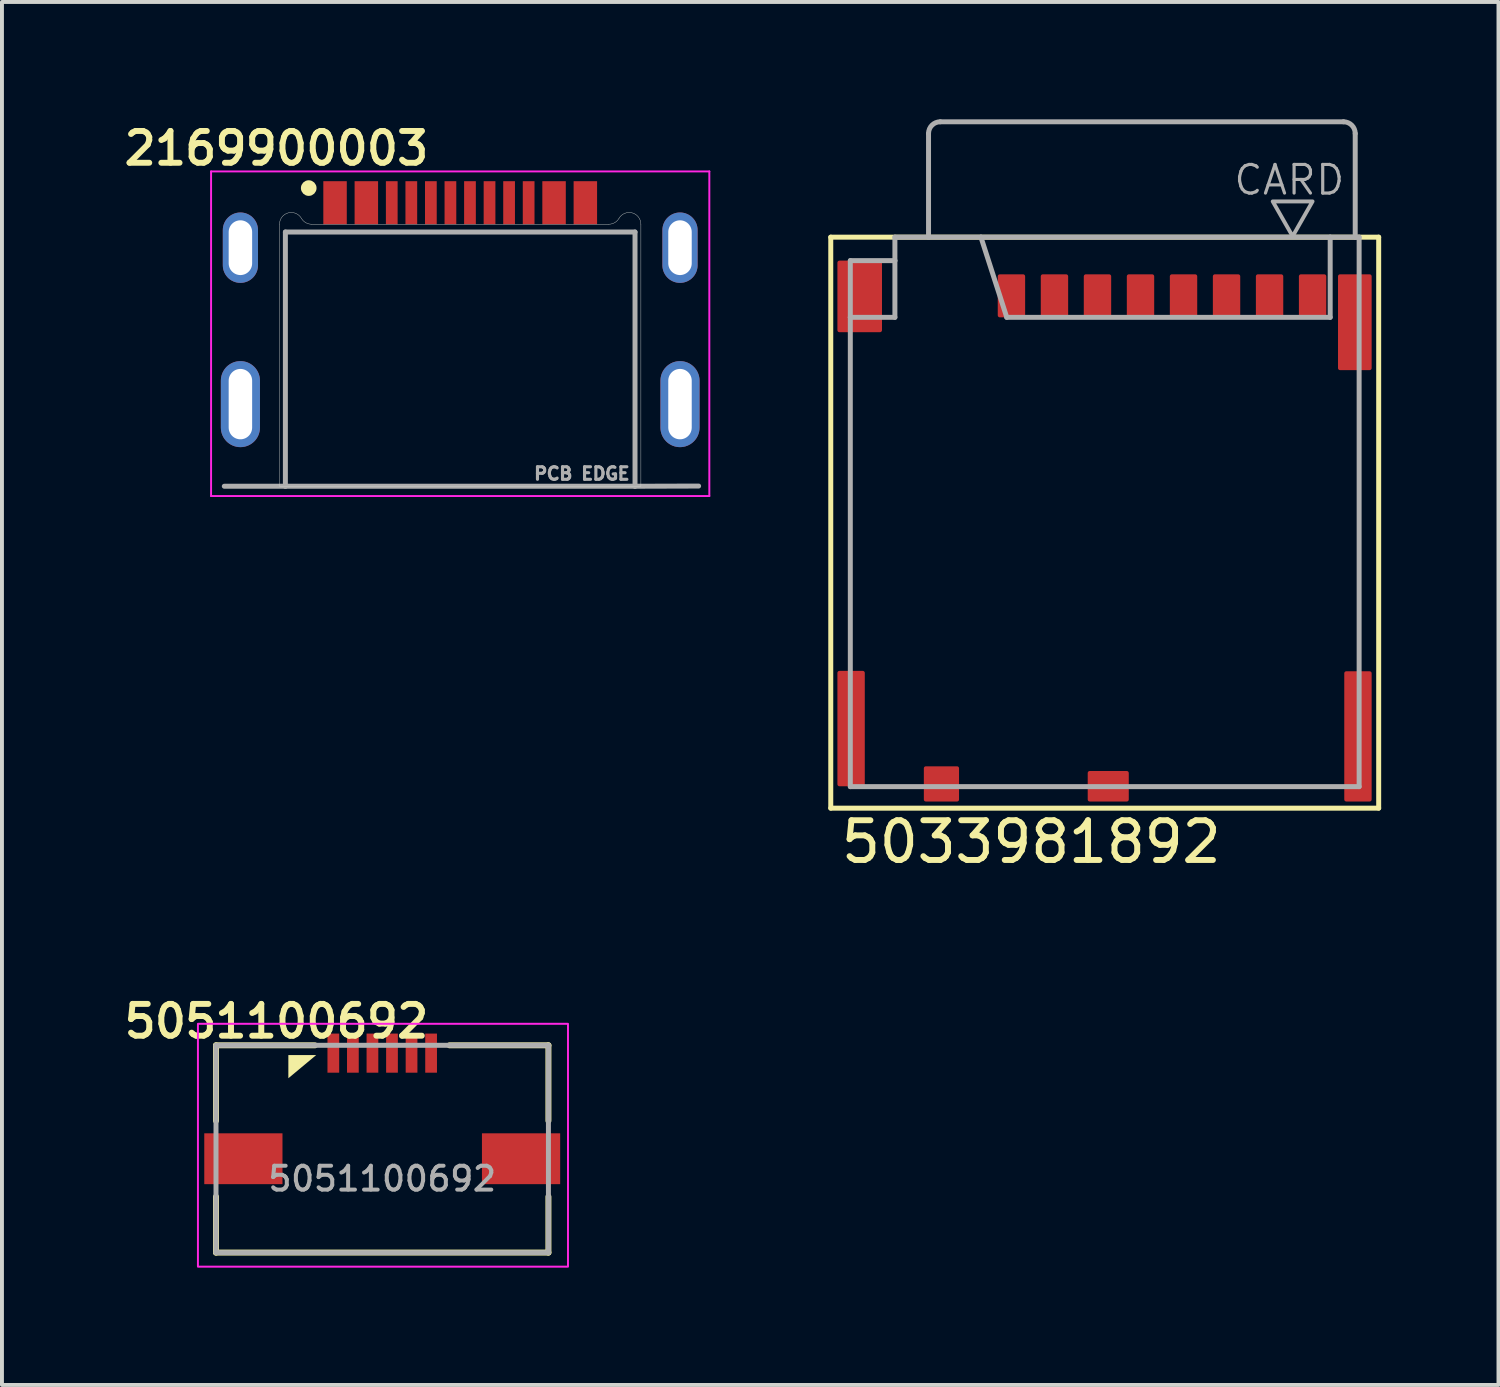
<source format=kicad_pcb>
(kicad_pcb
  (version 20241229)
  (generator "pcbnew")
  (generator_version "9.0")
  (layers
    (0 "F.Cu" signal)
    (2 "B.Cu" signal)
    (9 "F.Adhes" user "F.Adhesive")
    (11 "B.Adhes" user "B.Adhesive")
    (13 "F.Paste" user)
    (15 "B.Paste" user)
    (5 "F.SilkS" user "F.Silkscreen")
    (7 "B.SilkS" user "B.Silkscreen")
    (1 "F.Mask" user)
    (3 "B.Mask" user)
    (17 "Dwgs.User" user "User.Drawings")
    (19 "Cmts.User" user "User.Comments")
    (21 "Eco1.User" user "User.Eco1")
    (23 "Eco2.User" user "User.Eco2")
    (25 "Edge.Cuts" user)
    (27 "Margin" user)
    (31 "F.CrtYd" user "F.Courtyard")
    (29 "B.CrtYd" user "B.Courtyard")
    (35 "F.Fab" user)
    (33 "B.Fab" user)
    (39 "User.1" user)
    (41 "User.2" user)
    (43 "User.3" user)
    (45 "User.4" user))
  (footprint "5051100692"
    (layer "F.Cu")
    (at 6.723 26.328)
    (property "Reference" "5051100692" (at -2.705 -3.264 0) (unlocked yes) (layer "F.SilkS") (effects (font (size 0.813 0.813) (thickness 0.152) (bold yes))))
    (attr smd)
    (fp_line (start -4.25 -2.65) (end -4.25 -0.72) (stroke (width 0.152) (type solid)) (layer "F.SilkS"))
    (fp_line (start -4.25 1.22) (end -4.25 2.65) (stroke (width 0.152) (type solid)) (layer "F.SilkS"))
    (fp_line (start -4.25 2.65) (end 4.25 2.65) (stroke (width 0.152) (type solid)) (layer "F.SilkS"))
    (fp_line (start -1.72 -2.65) (end -4.25 -2.65) (stroke (width 0.152) (type solid)) (layer "F.SilkS"))
    (fp_line (start 4.25 -2.65) (end 1.72 -2.65) (stroke (width 0.152) (type solid)) (layer "F.SilkS"))
    (fp_line (start 4.25 -0.72) (end 4.25 -2.65) (stroke (width 0.152) (type solid)) (layer "F.SilkS"))
    (fp_line (start 4.25 2.65) (end 4.25 1.22) (stroke (width 0.152) (type solid)) (layer "F.SilkS"))
    (fp_poly (pts (xy -2.4 -1.808) (xy -2.4 -2.4) (xy -1.689 -2.4)) (stroke (width 0) (type default)) (fill yes) (layer "F.SilkS"))
    (fp_rect (start -4.712 -3.2) (end 4.75 3.01) (stroke (width 0.05) (type default)) (fill no) (layer "F.CrtYd"))
    (fp_line (start -4.25 -2.65) (end -4.25 2.65) (stroke (width 0.127) (type solid)) (layer "F.Fab"))
    (fp_line (start -4.25 2.65) (end 4.25 2.65) (stroke (width 0.127) (type solid)) (layer "F.Fab"))
    (fp_line (start 4.25 -2.65) (end -4.25 -2.65) (stroke (width 0.127) (type solid)) (layer "F.Fab"))
    (fp_line (start 4.25 2.65) (end 4.25 -2.65) (stroke (width 0.127) (type solid)) (layer "F.Fab"))
    (fp_text user "${REFERENCE}" (at 0 0.762 0) (unlocked yes) (layer "F.Fab") (effects (font (size 0.61 0.61) (thickness 0.102) (bold yes))))
    (pad "1" smd rect (at -1.25 -2.45) (size 0.3 1) (layers "F.Cu" "F.Mask" "F.Paste"))
    (pad "2" smd rect (at -0.75 -2.45) (size 0.3 1) (layers "F.Cu" "F.Mask" "F.Paste"))
    (pad "3" smd rect (at -0.25 -2.45) (size 0.3 1) (layers "F.Cu" "F.Mask" "F.Paste"))
    (pad "4" smd rect (at 0.25 -2.45) (size 0.3 1) (layers "F.Cu" "F.Mask" "F.Paste"))
    (pad "5" smd rect (at 0.75 -2.45) (size 0.3 1) (layers "F.Cu" "F.Mask" "F.Paste"))
    (pad "6" smd rect (at 1.25 -2.45) (size 0.3 1) (layers "F.Cu" "F.Mask" "F.Paste"))
    (pad "SH" smd rect (at -3.55 0.25) (size 2 1.3) (layers "F.Cu" "F.Mask" "F.Paste"))
    (pad "SH" smd rect (at 3.55 0.25) (size 2 1.3) (layers "F.Cu" "F.Mask" "F.Paste")))
  (footprint "2169900003"
    (layer "F.Cu")
    (at 8.717 7.283)
    (property "Reference" "2169900003" (at -4.699 -6.54 0) (layer "F.SilkS") (effects (font (size 0.813 0.813) (thickness 0.152) (bold yes))))
    (attr smd)
    (fp_circle (center -3.873 -5.524) (end -3.773 -5.524) (stroke (width 0.2) (type solid)) (fill no) (layer "F.SilkS"))
    (fp_line (start -4.62 2.1) (end -4.62 -4.6) (stroke (width 0.01) (type solid)) (layer "Edge.Cuts"))
    (fp_line (start -4.62 2.1) (end 4.62 2.1) (stroke (width 0.01) (type solid)) (layer "Edge.Cuts"))
    (fp_line (start -3.8 -4.6) (end 3.8 -4.6) (stroke (width 0.01) (type solid)) (layer "Edge.Cuts"))
    (fp_line (start 4.62 2.1) (end 4.62 -4.6) (stroke (width 0.01) (type solid)) (layer "Edge.Cuts"))
    (fp_arc (start -4.62 -4.6) (mid -4.397645 -4.889779) (end -4.060191 -4.750001) (stroke (width 0.01) (type solid)) (layer "Edge.Cuts"))
    (fp_arc (start -3.80038 -4.6) (mid -3.950382 -4.640191) (end -4.060191 -4.75) (stroke (width 0.01) (type solid)) (layer "Edge.Cuts"))
    (fp_arc (start 4.06019 -4.75) (mid 3.950381 -4.640192) (end 3.80038 -4.6) (stroke (width 0.01) (type solid)) (layer "Edge.Cuts"))
    (fp_arc (start 4.06019 -4.75) (mid 4.397644 -4.889779) (end 4.62 -4.600001) (stroke (width 0.01) (type solid)) (layer "Edge.Cuts"))
    (fp_line (start -6.37 -5.95) (end -6.37 2.35) (stroke (width 0.05) (type solid)) (layer "F.CrtYd"))
    (fp_line (start -6.37 2.35) (end 6.37 2.35) (stroke (width 0.05) (type solid)) (layer "F.CrtYd"))
    (fp_line (start 6.37 -5.95) (end -6.37 -5.95) (stroke (width 0.05) (type solid)) (layer "F.CrtYd"))
    (fp_line (start 6.37 2.35) (end 6.37 -5.95) (stroke (width 0.05) (type solid)) (layer "F.CrtYd"))
    (fp_line (start -4.47 -4.4) (end 4.47 -4.4) (stroke (width 0.127) (type solid)) (layer "F.Fab"))
    (fp_line (start -4.47 2.1) (end -6.032 2.1) (stroke (width 0.127) (type solid)) (layer "F.Fab"))
    (fp_line (start -4.47 2.1) (end -4.47 -4.4) (stroke (width 0.127) (type solid)) (layer "F.Fab"))
    (fp_line (start -4.47 2.1) (end 4.47 2.1) (stroke (width 0.127) (type solid)) (layer "F.Fab"))
    (fp_line (start 4.47 -4.4) (end 4.47 2.1) (stroke (width 0.127) (type solid)) (layer "F.Fab"))
    (fp_line (start 4.47 2.1) (end 6.096 2.095) (stroke (width 0.127) (type solid)) (layer "F.Fab"))
    (fp_text user "PCB EDGE" (at 3.111 1.778 0) (layer "F.Fab") (effects (font (size 0.32 0.32) (thickness 0.08))))
    (pad "A1/B12" smd rect (at -3.2 -5.15) (size 0.6 1.1) (layers "F.Cu" "F.Mask" "F.Paste"))
    (pad "A4/B9" smd rect (at -2.4 -5.15) (size 0.6 1.1) (layers "F.Cu" "F.Mask" "F.Paste"))
    (pad "A5" smd rect (at -1.25 -5.15) (size 0.3 1.1) (layers "F.Cu" "F.Mask" "F.Paste"))
    (pad "A6" smd rect (at -0.25 -5.15) (size 0.3 1.1) (layers "F.Cu" "F.Mask" "F.Paste"))
    (pad "A7" smd rect (at 0.25 -5.15) (size 0.3 1.1) (layers "F.Cu" "F.Mask" "F.Paste"))
    (pad "A8" smd rect (at 1.25 -5.15) (size 0.3 1.1) (layers "F.Cu" "F.Mask" "F.Paste"))
    (pad "B1/A12" smd rect (at 3.2 -5.15) (size 0.6 1.1) (layers "F.Cu" "F.Mask" "F.Paste"))
    (pad "B4/A9" smd rect (at 2.4 -5.15) (size 0.6 1.1) (layers "F.Cu" "F.Mask" "F.Paste"))
    (pad "B5" smd rect (at 1.75 -5.15) (size 0.3 1.1) (layers "F.Cu" "F.Mask" "F.Paste"))
    (pad "B6" smd rect (at 0.75 -5.15) (size 0.3 1.1) (layers "F.Cu" "F.Mask" "F.Paste"))
    (pad "B7" smd rect (at -0.75 -5.15) (size 0.3 1.1) (layers "F.Cu" "F.Mask" "F.Paste"))
    (pad "B8" smd rect (at -1.75 -5.15) (size 0.3 1.1) (layers "F.Cu" "F.Mask" "F.Paste"))
    (pad "SH" thru_hole oval (at -5.62 -4) (size 0.9 1.8) (drill oval 0.6 1.4) (layers "*.Cu" "*.Mask"))
    (pad "SH" thru_hole oval (at -5.62 0) (size 1 2.2) (drill oval 0.6 1.8) (layers "*.Cu" "*.Mask"))
    (pad "SH" thru_hole oval (at 5.62 -4) (size 0.9 1.8) (drill oval 0.6 1.4) (layers "*.Cu" "*.Mask"))
    (pad "SH" thru_hole oval (at 5.62 0) (size 1 2.2) (drill oval 0.6 1.8) (layers "*.Cu" "*.Mask")))
  (footprint "5033981892"
    (layer "F.Cu")
    (at 18.362 17.444)
    (property "Reference" "5033981892" (at 0.018 1.627 0) (layer "F.SilkS") (effects (font (size 1.016 1.016) (thickness 0.152)) (justify left bottom)))
    (attr smd)
    (fp_line (start -0.17 -14.43) (end 13.84 -14.43) (stroke (width 0.127) (type solid)) (layer "F.SilkS"))
    (fp_line (start -0.17 0.17) (end -0.17 -14.43) (stroke (width 0.127) (type solid)) (layer "F.SilkS"))
    (fp_line (start 13.84 -14.43) (end 13.84 0.17) (stroke (width 0.127) (type solid)) (layer "F.SilkS"))
    (fp_line (start 13.84 0.17) (end -0.17 0.17) (stroke (width 0.127) (type solid)) (layer "F.SilkS"))
    (fp_line (start 0.33 -12.38) (end 0.33 -13.83) (stroke (width 0.127) (type solid)) (layer "F.Fab"))
    (fp_line (start 0.33 -0.38) (end 0.33 -12.38) (stroke (width 0.127) (type solid)) (layer "F.Fab"))
    (fp_line (start 1.47 -14.43) (end 1.47 -13.83) (stroke (width 0.127) (type solid)) (layer "F.Fab"))
    (fp_line (start 1.47 -13.83) (end 0.33 -13.83) (stroke (width 0.127) (type solid)) (layer "F.Fab"))
    (fp_line (start 1.47 -13.83) (end 1.47 -12.38) (stroke (width 0.127) (type solid)) (layer "F.Fab"))
    (fp_line (start 1.47 -12.38) (end 0.33 -12.38) (stroke (width 0.127) (type solid)) (layer "F.Fab"))
    (fp_line (start 2.33 -17.08) (end 2.33 -14.43) (stroke (width 0.127) (type solid)) (layer "F.Fab"))
    (fp_line (start 2.33 -14.43) (end 1.47 -14.43) (stroke (width 0.127) (type solid)) (layer "F.Fab"))
    (fp_line (start 3.67 -14.43) (end 2.33 -14.43) (stroke (width 0.127) (type solid)) (layer "F.Fab"))
    (fp_line (start 3.67 -14.43) (end 4.33 -12.38) (stroke (width 0.127) (type solid)) (layer "F.Fab"))
    (fp_line (start 12.6 -14.43) (end 3.67 -14.43) (stroke (width 0.127) (type solid)) (layer "F.Fab"))
    (fp_line (start 12.6 -14.43) (end 12.6 -12.38) (stroke (width 0.127) (type solid)) (layer "F.Fab"))
    (fp_line (start 12.6 -12.38) (end 4.33 -12.38) (stroke (width 0.127) (type solid)) (layer "F.Fab"))
    (fp_line (start 12.94 -17.38) (end 2.63 -17.38) (stroke (width 0.127) (type solid)) (layer "F.Fab"))
    (fp_line (start 13.24 -17.08) (end 13.24 -14.43) (stroke (width 0.127) (type solid)) (layer "F.Fab"))
    (fp_line (start 13.24 -14.43) (end 12.6 -14.43) (stroke (width 0.127) (type solid)) (layer "F.Fab"))
    (fp_line (start 13.24 -14.43) (end 13.34 -14.43) (stroke (width 0.127) (type solid)) (layer "F.Fab"))
    (fp_line (start 13.34 -14.43) (end 13.34 -0.38) (stroke (width 0.127) (type solid)) (layer "F.Fab"))
    (fp_line (start 13.34 -0.38) (end 0.33 -0.38) (stroke (width 0.127) (type solid)) (layer "F.Fab"))
    (fp_arc (start 2.33 -17.08) (mid 2.417868 -17.292132) (end 2.63 -17.38) (stroke (width 0.127) (type solid)) (layer "F.Fab"))
    (fp_arc (start 12.94 -17.38) (mid 13.152132 -17.292132) (end 13.24 -17.08) (stroke (width 0.127) (type solid)) (layer "F.Fab"))
    (fp_poly (pts (xy 11.64 -14.452) (xy 11.131 -15.344) (xy 12.149 -15.344)) (stroke (width 0.1) (type default)) (fill no) (layer "F.Fab"))
    (fp_text user "CARD" (at 13.02 -16.32 0) (layer "F.Fab") (effects (font (size 0.732 0.732) (thickness 0.081)) (justify right top)))
    (pad "1" smd roundrect (at 4.45 -12.93 180) (size 0.7 1.1) (layers "F.Cu" "F.Mask" "F.Paste") (roundrect_rratio 0.073))
    (pad "2" smd roundrect (at 5.55 -12.93 180) (size 0.7 1.1) (layers "F.Cu" "F.Mask" "F.Paste") (roundrect_rratio 0.073))
    (pad "3" smd roundrect (at 6.65 -12.93 180) (size 0.7 1.1) (layers "F.Cu" "F.Mask" "F.Paste") (roundrect_rratio 0.073))
    (pad "4" smd roundrect (at 7.75 -12.93 180) (size 0.7 1.1) (layers "F.Cu" "F.Mask" "F.Paste") (roundrect_rratio 0.073))
    (pad "5" smd roundrect (at 8.85 -12.93 180) (size 0.7 1.1) (layers "F.Cu" "F.Mask" "F.Paste") (roundrect_rratio 0.073))
    (pad "6" smd roundrect (at 9.95 -12.93 180) (size 0.7 1.1) (layers "F.Cu" "F.Mask" "F.Paste") (roundrect_rratio 0.073))
    (pad "7" smd roundrect (at 11.05 -12.93 180) (size 0.7 1.1) (layers "F.Cu" "F.Mask" "F.Paste") (roundrect_rratio 0.073))
    (pad "8" smd roundrect (at 12.15 -12.93 180) (size 0.7 1.1) (layers "F.Cu" "F.Mask" "F.Paste") (roundrect_rratio 0.073))
    (pad "SH" smd roundrect (at 0.35 -1.865 180) (size 0.7 2.95) (layers "F.Cu" "F.Mask" "F.Paste") (roundrect_rratio 0.073))
    (pad "SH" smd roundrect (at 0.57 -12.915 180) (size 1.14 1.83) (layers "F.Cu" "F.Mask" "F.Paste") (roundrect_rratio 0.045))
    (pad "SH" smd roundrect (at 13.23 -12.255 180) (size 0.86 2.45) (layers "F.Cu" "F.Mask" "F.Paste") (roundrect_rratio 0.059))
    (pad "SH" smd roundrect (at 13.31 -1.665 180) (size 0.7 3.33) (layers "F.Cu" "F.Mask" "F.Paste") (roundrect_rratio 0.073))
    (pad "SW1" smd roundrect (at 2.66 -0.45 180) (size 0.9 0.9) (layers "F.Cu" "F.Mask" "F.Paste") (roundrect_rratio 0.056))
    (pad "SW2" smd roundrect (at 6.925 -0.39 180) (size 1.05 0.78) (layers "F.Cu" "F.Mask" "F.Paste") (roundrect_rratio 0.065)))
  (gr_rect
    (start -3 -3)
    (end 35.265 32.363)
    (stroke (width 0.1) (type default))
    (fill no)
    (layer "Edge.Cuts")))
</source>
